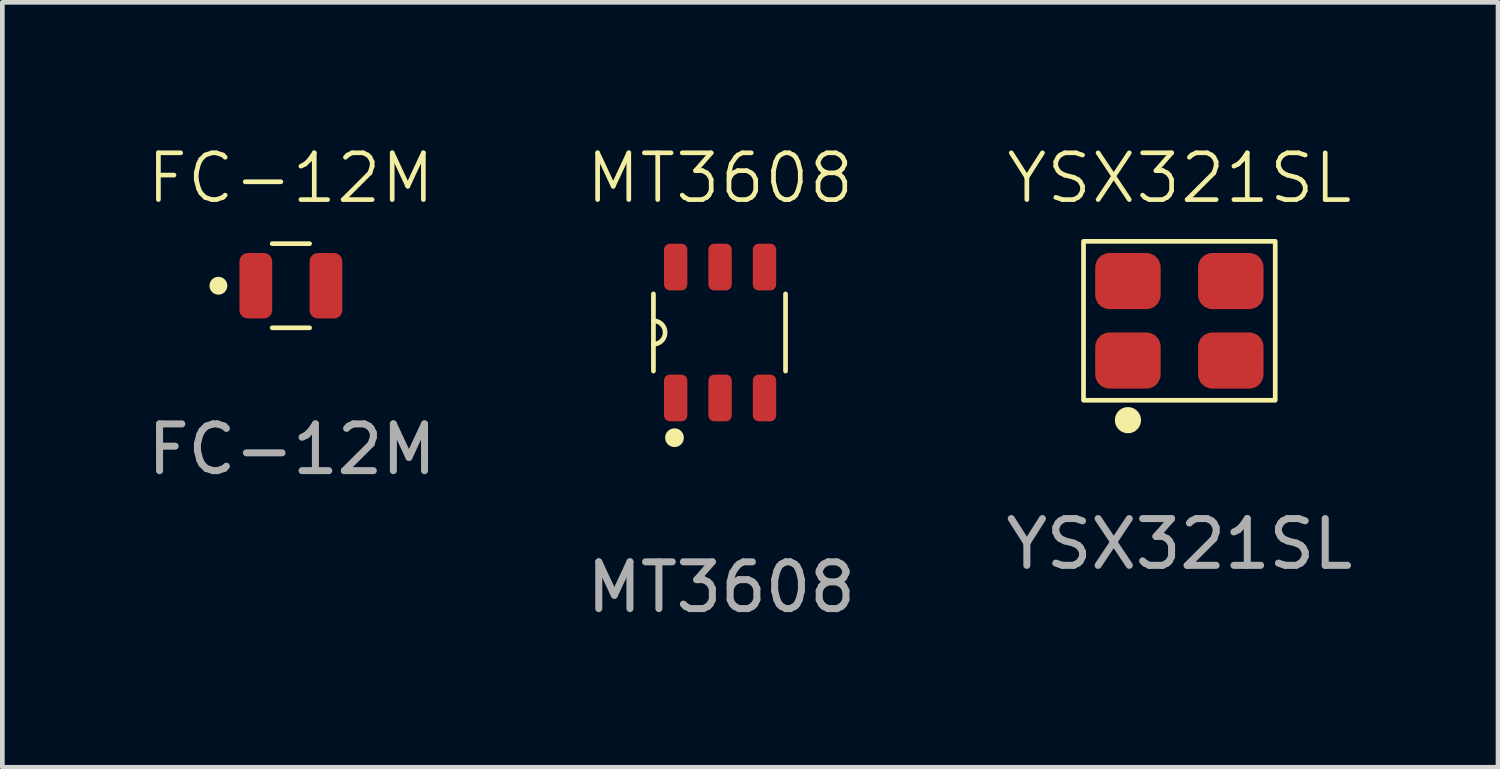
<source format=kicad_pcb>
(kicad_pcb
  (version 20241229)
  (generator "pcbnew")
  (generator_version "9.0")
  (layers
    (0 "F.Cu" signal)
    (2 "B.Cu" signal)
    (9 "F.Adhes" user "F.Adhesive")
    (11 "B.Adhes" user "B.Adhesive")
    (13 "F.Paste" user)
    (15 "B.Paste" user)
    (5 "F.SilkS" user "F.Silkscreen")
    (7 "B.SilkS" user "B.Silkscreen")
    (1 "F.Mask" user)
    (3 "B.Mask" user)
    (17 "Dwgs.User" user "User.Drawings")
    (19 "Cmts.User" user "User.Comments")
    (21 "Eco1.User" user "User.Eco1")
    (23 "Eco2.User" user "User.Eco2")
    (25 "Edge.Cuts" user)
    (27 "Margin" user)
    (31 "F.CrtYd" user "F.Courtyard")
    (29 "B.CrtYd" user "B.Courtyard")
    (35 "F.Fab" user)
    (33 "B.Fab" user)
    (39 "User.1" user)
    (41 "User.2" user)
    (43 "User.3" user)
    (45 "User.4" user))
  (footprint "FC-12M"
    (layer "F.Cu")
    (at 3.171 3.061)
    (property "Reference" "FC-12M" (at 0 -2.3 0) (unlocked yes) (layer "F.SilkS") (effects (font (size 1 1) (thickness 0.1))))
    (attr smd)
    (fp_line (start -0.4 -0.9) (end 0.4 -0.9) (stroke (width 0.1) (type default)) (layer "F.SilkS"))
    (fp_line (start 0.4 0.9) (end -0.4 0.9) (stroke (width 0.1) (type default)) (layer "F.SilkS"))
    (fp_circle (center -1.55 0) (end -1.409 0) (stroke (width 0.1) (type solid)) (fill yes) (layer "F.SilkS"))
    (fp_text user "${REFERENCE}" (at 0.025 3.5 0) (unlocked yes) (layer "F.Fab") (effects (font (size 1 1) (thickness 0.15))))
    (pad "1" smd roundrect (at -0.75 0 90) (size 1.4 0.7) (layers "F.Cu" "F.Mask" "F.Paste") (roundrect_rratio 0.25))
    (pad "2" smd roundrect (at 0.75 0 90) (size 1.4 0.7) (layers "F.Cu" "F.Mask" "F.Paste") (roundrect_rratio 0.25)))
  (footprint "YSX321SL"
    (layer "F.Cu")
    (at 22.173 3.811)
    (property "Reference" "YSX321SL" (at 0 -3.05 0) (unlocked yes) (layer "F.SilkS") (effects (font (size 1 1) (thickness 0.1))))
    (attr smd)
    (fp_rect (start -2.05 -1.7) (end 2.05 1.7) (stroke (width 0.1) (type default)) (fill no) (layer "F.SilkS"))
    (fp_circle (center -1.1 2.125) (end -0.87 2.125) (stroke (width 0.1) (type solid)) (fill yes) (layer "F.SilkS"))
    (fp_text user "${REFERENCE}" (at 0 4.775 0) (unlocked yes) (layer "F.Fab") (effects (font (size 1 1) (thickness 0.15))))
    (pad "1" smd roundrect (at -1.1 0.85) (size 1.4 1.2) (layers "F.Cu" "F.Mask" "F.Paste") (roundrect_rratio 0.25))
    (pad "2" smd roundrect (at 1.1 0.85) (size 1.4 1.2) (layers "F.Cu" "F.Mask" "F.Paste") (roundrect_rratio 0.25))
    (pad "3" smd roundrect (at 1.1 -0.85) (size 1.4 1.2) (layers "F.Cu" "F.Mask" "F.Paste") (roundrect_rratio 0.25))
    (pad "4" smd roundrect (at -1.1 -0.85) (size 1.4 1.2) (layers "F.Cu" "F.Mask" "F.Paste") (roundrect_rratio 0.25)))
  (footprint "MT3608"
    (layer "F.Cu")
    (at 12.35 4.061)
    (property "Reference" "MT3608" (at 0 -3.3 0) (unlocked yes) (layer "F.SilkS") (effects (font (size 1 1) (thickness 0.1))))
    (attr smd)
    (fp_line (start -1.425 -0.825) (end -1.425 0.825) (stroke (width 0.1) (type solid)) (layer "F.SilkS"))
    (fp_line (start 1.4 -0.825) (end 1.4 0.825) (stroke (width 0.1) (type solid)) (layer "F.SilkS"))
    (fp_arc (start -1.425 -0.25) (mid -1.175 0) (end -1.425 0.25) (stroke (width 0.1) (type solid)) (layer "F.SilkS"))
    (fp_circle (center -0.975 2.25) (end -0.825 2.25) (stroke (width 0.1) (type solid)) (fill yes) (layer "F.SilkS"))
    (fp_text user "${REFERENCE}" (at 0.025 5.45 0) (unlocked yes) (layer "F.Fab") (effects (font (size 1 1) (thickness 0.15))))
    (pad "1" smd roundrect (at -0.95 1.4 90) (size 1 0.5) (layers "F.Cu" "F.Mask" "F.Paste") (roundrect_rratio 0.25))
    (pad "2" smd roundrect (at 0 1.4 90) (size 1 0.5) (layers "F.Cu" "F.Mask" "F.Paste") (roundrect_rratio 0.25))
    (pad "3" smd roundrect (at 0.95 1.4 90) (size 1 0.5) (layers "F.Cu" "F.Mask" "F.Paste") (roundrect_rratio 0.25))
    (pad "5" smd roundrect (at 0 -1.4 90) (size 1 0.5) (layers "F.Cu" "F.Mask" "F.Paste") (roundrect_rratio 0.25))
    (pad "5" smd roundrect (at 0.95 -1.4 90) (size 1 0.5) (layers "F.Cu" "F.Mask" "F.Paste") (roundrect_rratio 0.25))
    (pad "6" smd roundrect (at -0.95 -1.4 90) (size 1 0.5) (layers "F.Cu" "F.Mask" "F.Paste") (roundrect_rratio 0.25)))
  (gr_rect
    (start -3 -3)
    (end 28.988 13.359)
    (stroke (width 0.1) (type default))
    (fill no)
    (layer "Edge.Cuts")))
</source>
